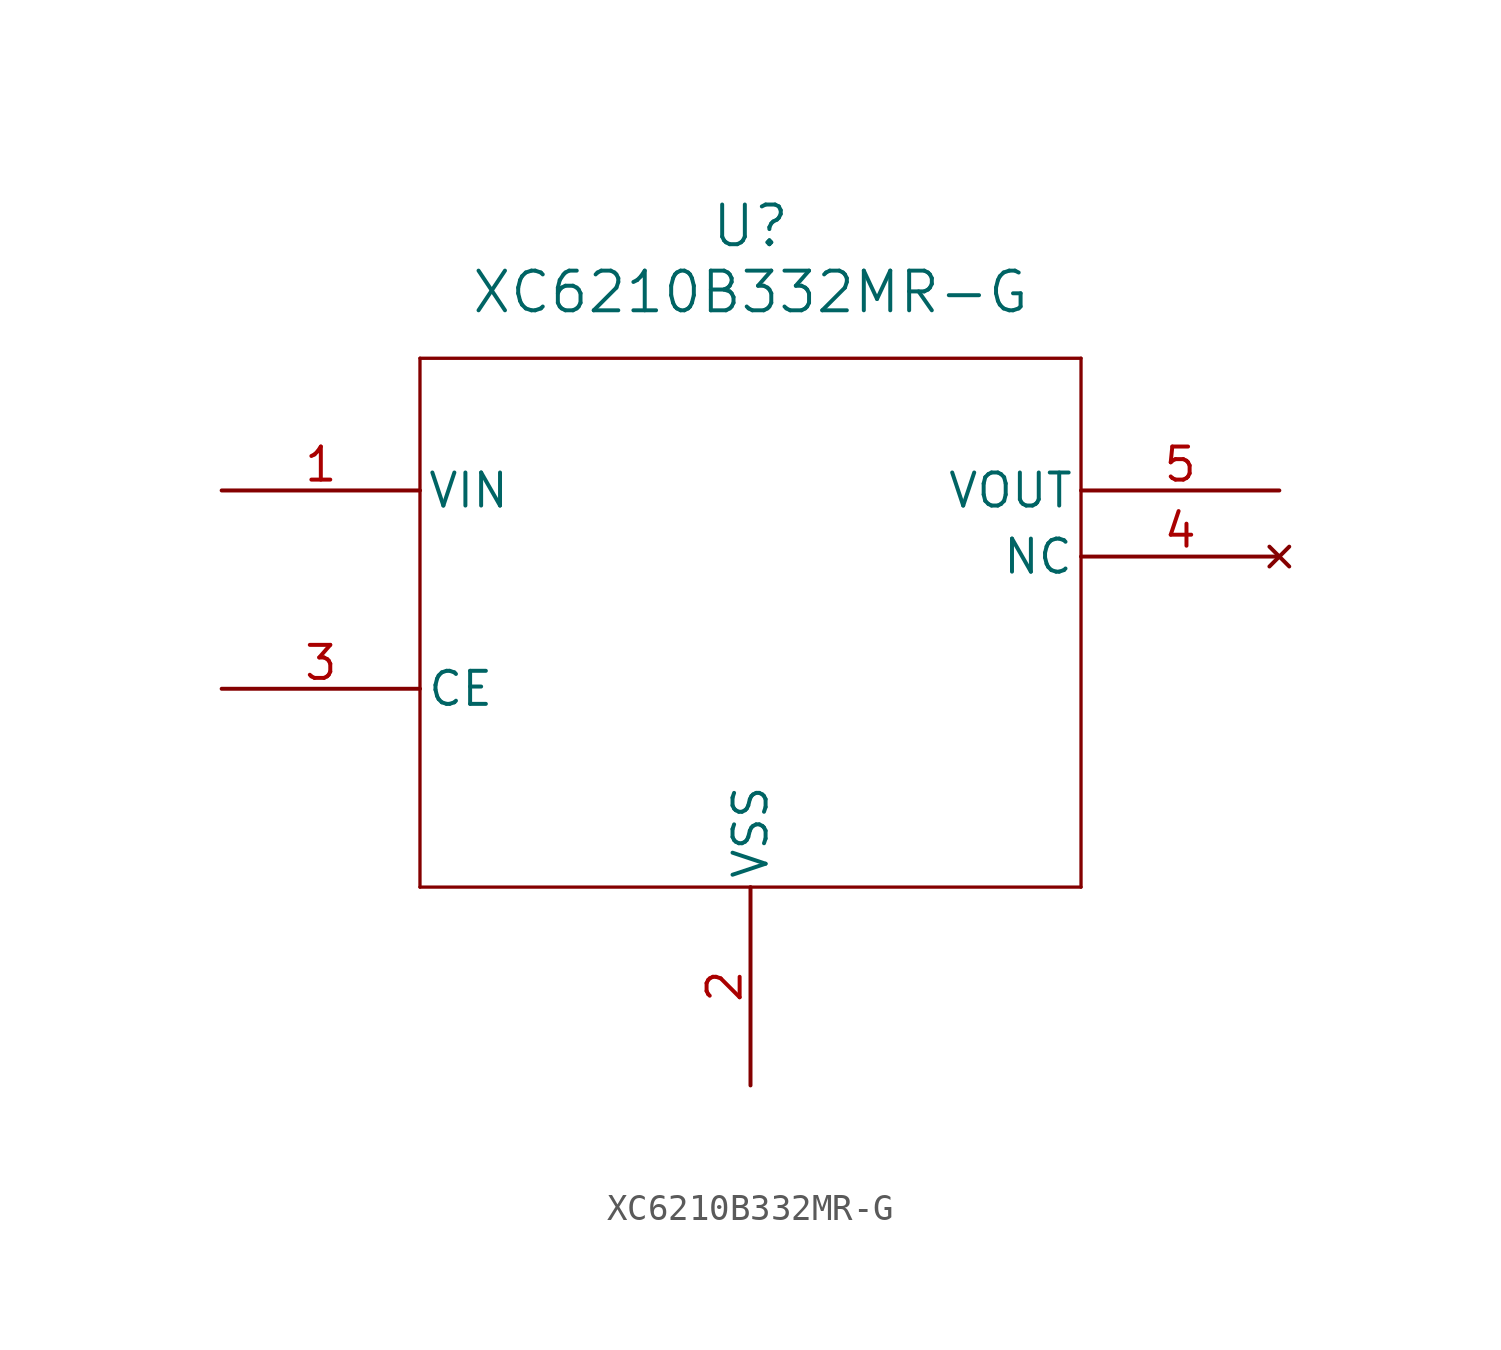
<source format=kicad_sym>
(kicad_symbol_lib
  (version 20211014)
  (generator kicad_symbol_editor)
  (symbol "XC6210B332MR-G"
    (pin_names
      (offset 0.254))
    (property "Reference" "U"
      (at 20.32 10.16 0)
      (effects (font (size 1.524 1.524))))
    (property "Value" "XC6210B332MR-G"
      (at 20.32 7.62 0)
      (effects (font (size 1.524 1.524))))
    (symbol "XC6210B332MR-G_0_1"
      (polyline (pts (xy 7.62 5.08) (xy 7.62 -15.24)) (stroke (width 0.127) (type default) (color 0 0 0 0)) (fill (type none)))
      (polyline (pts (xy 7.62 -15.24) (xy 33.02 -15.24)) (stroke (width 0.127) (type default) (color 0 0 0 0)) (fill (type none)))
      (polyline (pts (xy 33.02 -15.24) (xy 33.02 5.08)) (stroke (width 0.127) (type default) (color 0 0 0 0)) (fill (type none)))
      (polyline (pts (xy 33.02 5.08) (xy 7.62 5.08)) (stroke (width 0.127) (type default) (color 0 0 0 0)) (fill (type none)))
      (pin power_in line (at 0 0 0) (length 7.62) (name "VIN" (effects (font (size 1.27 1.27)))) (number "1" (effects (font (size 1.27 1.27)))))
      (pin power_out line (at 20.32 -22.86 90) (length 7.62) (name "VSS" (effects (font (size 1.27 1.27)))) (number "2" (effects (font (size 1.27 1.27)))))
      (pin unspecified line (at 0 -7.62 0) (length 7.62) (name "CE" (effects (font (size 1.27 1.27)))) (number "3" (effects (font (size 1.27 1.27)))))
      (pin no_connect line (at 40.64 -2.54 180) (length 7.62) (name "NC" (effects (font (size 1.27 1.27)))) (number "4" (effects (font (size 1.27 1.27)))))
      (pin output line (at 40.64 0 180) (length 7.62) (name "VOUT" (effects (font (size 1.27 1.27)))) (number "5" (effects (font (size 1.27 1.27))))))))
</source>
